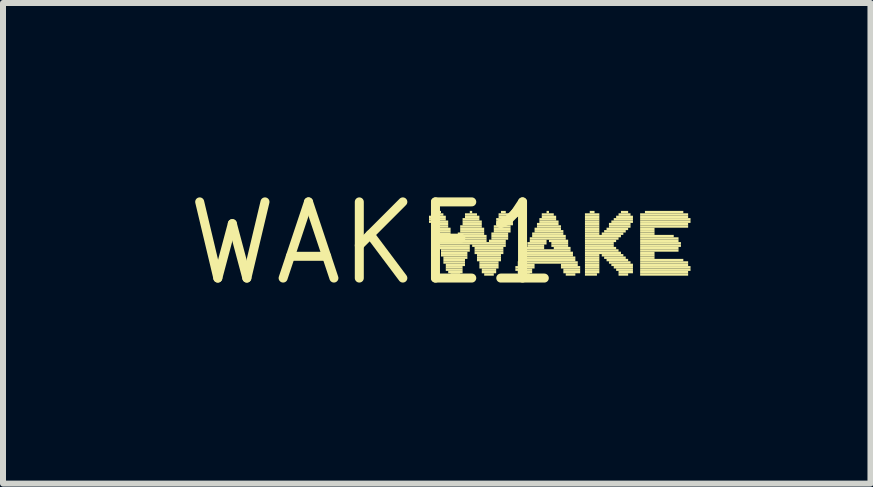
<source format=kicad_pcb>
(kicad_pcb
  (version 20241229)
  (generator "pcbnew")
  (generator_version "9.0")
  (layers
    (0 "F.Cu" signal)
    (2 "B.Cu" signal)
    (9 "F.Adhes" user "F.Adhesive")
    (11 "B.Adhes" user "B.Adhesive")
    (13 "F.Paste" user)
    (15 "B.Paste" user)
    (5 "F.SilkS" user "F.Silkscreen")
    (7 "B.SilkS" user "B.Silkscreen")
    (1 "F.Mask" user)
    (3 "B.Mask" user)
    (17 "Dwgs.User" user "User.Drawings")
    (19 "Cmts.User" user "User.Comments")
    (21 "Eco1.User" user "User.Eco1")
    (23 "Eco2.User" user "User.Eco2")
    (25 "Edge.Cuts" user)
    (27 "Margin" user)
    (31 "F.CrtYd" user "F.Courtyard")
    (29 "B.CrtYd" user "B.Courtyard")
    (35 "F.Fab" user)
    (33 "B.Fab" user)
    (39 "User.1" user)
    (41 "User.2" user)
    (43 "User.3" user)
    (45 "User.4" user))
  (footprint "WAKE1"
    (layer "F.Cu")
    (at 3.182 1.006)
    (property "Reference" "WAKE1" (at 0 0 0) (layer "F.SilkS") (effects (font (size 1.27 1.27) (thickness 0.15))))
    (attr through_hole)
    (fp_poly (pts (xy 0.92 -0.42) (xy 1.2 -0.42) (xy 1.2 -0.46) (xy 0.92 -0.46)) (stroke (width 0) (type solid)) (fill yes) (layer "F.SilkS"))
    (fp_poly (pts (xy 0.92 -0.38) (xy 1.2 -0.38) (xy 1.2 -0.42) (xy 0.92 -0.42)) (stroke (width 0) (type solid)) (fill yes) (layer "F.SilkS"))
    (fp_poly (pts (xy 0.92 -0.34) (xy 1.24 -0.34) (xy 1.24 -0.38) (xy 0.92 -0.38)) (stroke (width 0) (type solid)) (fill yes) (layer "F.SilkS"))
    (fp_poly (pts (xy 0.96 -0.46) (xy 1.16 -0.46) (xy 1.16 -0.5) (xy 0.96 -0.5)) (stroke (width 0) (type solid)) (fill yes) (layer "F.SilkS"))
    (fp_poly (pts (xy 0.96 -0.3) (xy 1.24 -0.3) (xy 1.24 -0.34) (xy 0.96 -0.34)) (stroke (width 0) (type solid)) (fill yes) (layer "F.SilkS"))
    (fp_poly (pts (xy 0.96 -0.26) (xy 1.24 -0.26) (xy 1.24 -0.3) (xy 0.96 -0.3)) (stroke (width 0) (type solid)) (fill yes) (layer "F.SilkS"))
    (fp_poly (pts (xy 1 -0.22) (xy 1.28 -0.22) (xy 1.28 -0.26) (xy 1 -0.26)) (stroke (width 0) (type solid)) (fill yes) (layer "F.SilkS"))
    (fp_poly (pts (xy 1 -0.18) (xy 1.28 -0.18) (xy 1.28 -0.22) (xy 1 -0.22)) (stroke (width 0) (type solid)) (fill yes) (layer "F.SilkS"))
    (fp_poly (pts (xy 1 -0.14) (xy 1.28 -0.14) (xy 1.28 -0.18) (xy 1 -0.18)) (stroke (width 0) (type solid)) (fill yes) (layer "F.SilkS"))
    (fp_poly (pts (xy 1.04 -0.5) (xy 1.12 -0.5) (xy 1.12 -0.54) (xy 1.04 -0.54)) (stroke (width 0) (type solid)) (fill yes) (layer "F.SilkS"))
    (fp_poly (pts (xy 1.04 -0.1) (xy 1.32 -0.1) (xy 1.32 -0.14) (xy 1.04 -0.14)) (stroke (width 0) (type solid)) (fill yes) (layer "F.SilkS"))
    (fp_poly (pts (xy 1.04 -0.06) (xy 1.32 -0.06) (xy 1.32 -0.1) (xy 1.04 -0.1)) (stroke (width 0) (type solid)) (fill yes) (layer "F.SilkS"))
    (fp_poly (pts (xy 1.04 -0.02) (xy 1.32 -0.02) (xy 1.32 -0.06) (xy 1.04 -0.06)) (stroke (width 0) (type solid)) (fill yes) (layer "F.SilkS"))
    (fp_poly (pts (xy 1.08 0.02) (xy 2.2 0.02) (xy 2.2 -0.02) (xy 1.08 -0.02)) (stroke (width 0) (type solid)) (fill yes) (layer "F.SilkS"))
    (fp_poly (pts (xy 1.08 0.06) (xy 1.6 0.06) (xy 1.6 0.02) (xy 1.08 0.02)) (stroke (width 0) (type solid)) (fill yes) (layer "F.SilkS"))
    (fp_poly (pts (xy 1.08 0.1) (xy 1.6 0.1) (xy 1.6 0.06) (xy 1.08 0.06)) (stroke (width 0) (type solid)) (fill yes) (layer "F.SilkS"))
    (fp_poly (pts (xy 1.12 0.14) (xy 1.6 0.14) (xy 1.6 0.1) (xy 1.12 0.1)) (stroke (width 0) (type solid)) (fill yes) (layer "F.SilkS"))
    (fp_poly (pts (xy 1.12 0.18) (xy 1.56 0.18) (xy 1.56 0.14) (xy 1.12 0.14)) (stroke (width 0) (type solid)) (fill yes) (layer "F.SilkS"))
    (fp_poly (pts (xy 1.12 0.22) (xy 1.56 0.22) (xy 1.56 0.18) (xy 1.12 0.18)) (stroke (width 0) (type solid)) (fill yes) (layer "F.SilkS"))
    (fp_poly (pts (xy 1.16 0.26) (xy 1.56 0.26) (xy 1.56 0.22) (xy 1.16 0.22)) (stroke (width 0) (type solid)) (fill yes) (layer "F.SilkS"))
    (fp_poly (pts (xy 1.16 0.3) (xy 1.52 0.3) (xy 1.52 0.26) (xy 1.16 0.26)) (stroke (width 0) (type solid)) (fill yes) (layer "F.SilkS"))
    (fp_poly (pts (xy 1.16 0.34) (xy 1.52 0.34) (xy 1.52 0.3) (xy 1.16 0.3)) (stroke (width 0) (type solid)) (fill yes) (layer "F.SilkS"))
    (fp_poly (pts (xy 1.2 0.38) (xy 1.52 0.38) (xy 1.52 0.34) (xy 1.2 0.34)) (stroke (width 0) (type solid)) (fill yes) (layer "F.SilkS"))
    (fp_poly (pts (xy 1.2 0.42) (xy 1.48 0.42) (xy 1.48 0.38) (xy 1.2 0.38)) (stroke (width 0) (type solid)) (fill yes) (layer "F.SilkS"))
    (fp_poly (pts (xy 1.2 0.46) (xy 1.48 0.46) (xy 1.48 0.42) (xy 1.2 0.42)) (stroke (width 0) (type solid)) (fill yes) (layer "F.SilkS"))
    (fp_poly (pts (xy 1.24 0.5) (xy 1.48 0.5) (xy 1.48 0.46) (xy 1.24 0.46)) (stroke (width 0) (type solid)) (fill yes) (layer "F.SilkS"))
    (fp_poly (pts (xy 1.28 0.54) (xy 1.44 0.54) (xy 1.44 0.5) (xy 1.28 0.5)) (stroke (width 0) (type solid)) (fill yes) (layer "F.SilkS"))
    (fp_poly (pts (xy 1.36 -0.02) (xy 1.88 -0.02) (xy 1.88 -0.06) (xy 1.36 -0.06)) (stroke (width 0) (type solid)) (fill yes) (layer "F.SilkS"))
    (fp_poly (pts (xy 1.4 -0.14) (xy 1.84 -0.14) (xy 1.84 -0.18) (xy 1.4 -0.18)) (stroke (width 0) (type solid)) (fill yes) (layer "F.SilkS"))
    (fp_poly (pts (xy 1.4 -0.1) (xy 1.88 -0.1) (xy 1.88 -0.14) (xy 1.4 -0.14)) (stroke (width 0) (type solid)) (fill yes) (layer "F.SilkS"))
    (fp_poly (pts (xy 1.4 -0.06) (xy 1.88 -0.06) (xy 1.88 -0.1) (xy 1.4 -0.1)) (stroke (width 0) (type solid)) (fill yes) (layer "F.SilkS"))
    (fp_poly (pts (xy 1.44 -0.26) (xy 1.8 -0.26) (xy 1.8 -0.3) (xy 1.44 -0.3)) (stroke (width 0) (type solid)) (fill yes) (layer "F.SilkS"))
    (fp_poly (pts (xy 1.44 -0.22) (xy 1.84 -0.22) (xy 1.84 -0.26) (xy 1.44 -0.26)) (stroke (width 0) (type solid)) (fill yes) (layer "F.SilkS"))
    (fp_poly (pts (xy 1.44 -0.18) (xy 1.84 -0.18) (xy 1.84 -0.22) (xy 1.44 -0.22)) (stroke (width 0) (type solid)) (fill yes) (layer "F.SilkS"))
    (fp_poly (pts (xy 1.48 -0.38) (xy 1.76 -0.38) (xy 1.76 -0.42) (xy 1.48 -0.42)) (stroke (width 0) (type solid)) (fill yes) (layer "F.SilkS"))
    (fp_poly (pts (xy 1.48 -0.34) (xy 1.8 -0.34) (xy 1.8 -0.38) (xy 1.48 -0.38)) (stroke (width 0) (type solid)) (fill yes) (layer "F.SilkS"))
    (fp_poly (pts (xy 1.48 -0.3) (xy 1.8 -0.3) (xy 1.8 -0.34) (xy 1.48 -0.34)) (stroke (width 0) (type solid)) (fill yes) (layer "F.SilkS"))
    (fp_poly (pts (xy 1.52 -0.46) (xy 1.72 -0.46) (xy 1.72 -0.5) (xy 1.52 -0.5)) (stroke (width 0) (type solid)) (fill yes) (layer "F.SilkS"))
    (fp_poly (pts (xy 1.52 -0.42) (xy 1.76 -0.42) (xy 1.76 -0.46) (xy 1.52 -0.46)) (stroke (width 0) (type solid)) (fill yes) (layer "F.SilkS"))
    (fp_poly (pts (xy 1.6 -0.5) (xy 1.64 -0.5) (xy 1.64 -0.54) (xy 1.6 -0.54)) (stroke (width 0) (type solid)) (fill yes) (layer "F.SilkS"))
    (fp_poly (pts (xy 1.64 0.06) (xy 2.2 0.06) (xy 2.2 0.02) (xy 1.64 0.02)) (stroke (width 0) (type solid)) (fill yes) (layer "F.SilkS"))
    (fp_poly (pts (xy 1.68 0.1) (xy 2.16 0.1) (xy 2.16 0.06) (xy 1.68 0.06)) (stroke (width 0) (type solid)) (fill yes) (layer "F.SilkS"))
    (fp_poly (pts (xy 1.68 0.14) (xy 2.16 0.14) (xy 2.16 0.1) (xy 1.68 0.1)) (stroke (width 0) (type solid)) (fill yes) (layer "F.SilkS"))
    (fp_poly (pts (xy 1.68 0.18) (xy 2.16 0.18) (xy 2.16 0.14) (xy 1.68 0.14)) (stroke (width 0) (type solid)) (fill yes) (layer "F.SilkS"))
    (fp_poly (pts (xy 1.72 0.22) (xy 2.12 0.22) (xy 2.12 0.18) (xy 1.72 0.18)) (stroke (width 0) (type solid)) (fill yes) (layer "F.SilkS"))
    (fp_poly (pts (xy 1.72 0.26) (xy 2.12 0.26) (xy 2.12 0.22) (xy 1.72 0.22)) (stroke (width 0) (type solid)) (fill yes) (layer "F.SilkS"))
    (fp_poly (pts (xy 1.72 0.3) (xy 2.12 0.3) (xy 2.12 0.26) (xy 1.72 0.26)) (stroke (width 0) (type solid)) (fill yes) (layer "F.SilkS"))
    (fp_poly (pts (xy 1.76 0.34) (xy 2.08 0.34) (xy 2.08 0.3) (xy 1.76 0.3)) (stroke (width 0) (type solid)) (fill yes) (layer "F.SilkS"))
    (fp_poly (pts (xy 1.76 0.38) (xy 2.08 0.38) (xy 2.08 0.34) (xy 1.76 0.34)) (stroke (width 0) (type solid)) (fill yes) (layer "F.SilkS"))
    (fp_poly (pts (xy 1.76 0.42) (xy 2.08 0.42) (xy 2.08 0.38) (xy 1.76 0.38)) (stroke (width 0) (type solid)) (fill yes) (layer "F.SilkS"))
    (fp_poly (pts (xy 1.8 0.46) (xy 2.04 0.46) (xy 2.04 0.42) (xy 1.8 0.42)) (stroke (width 0) (type solid)) (fill yes) (layer "F.SilkS"))
    (fp_poly (pts (xy 1.8 0.5) (xy 2.04 0.5) (xy 2.04 0.46) (xy 1.8 0.46)) (stroke (width 0) (type solid)) (fill yes) (layer "F.SilkS"))
    (fp_poly (pts (xy 1.84 0.54) (xy 2 0.54) (xy 2 0.5) (xy 1.84 0.5)) (stroke (width 0) (type solid)) (fill yes) (layer "F.SilkS"))
    (fp_poly (pts (xy 1.92 -0.02) (xy 2.2 -0.02) (xy 2.2 -0.06) (xy 1.92 -0.06)) (stroke (width 0) (type solid)) (fill yes) (layer "F.SilkS"))
    (fp_poly (pts (xy 1.96 -0.14) (xy 2.24 -0.14) (xy 2.24 -0.18) (xy 1.96 -0.18)) (stroke (width 0) (type solid)) (fill yes) (layer "F.SilkS"))
    (fp_poly (pts (xy 1.96 -0.1) (xy 2.24 -0.1) (xy 2.24 -0.14) (xy 1.96 -0.14)) (stroke (width 0) (type solid)) (fill yes) (layer "F.SilkS"))
    (fp_poly (pts (xy 1.96 -0.06) (xy 2.24 -0.06) (xy 2.24 -0.1) (xy 1.96 -0.1)) (stroke (width 0) (type solid)) (fill yes) (layer "F.SilkS"))
    (fp_poly (pts (xy 2 -0.26) (xy 2.28 -0.26) (xy 2.28 -0.3) (xy 2 -0.3)) (stroke (width 0) (type solid)) (fill yes) (layer "F.SilkS"))
    (fp_poly (pts (xy 2 -0.22) (xy 2.28 -0.22) (xy 2.28 -0.26) (xy 2 -0.26)) (stroke (width 0) (type solid)) (fill yes) (layer "F.SilkS"))
    (fp_poly (pts (xy 2 -0.18) (xy 2.28 -0.18) (xy 2.28 -0.22) (xy 2 -0.22)) (stroke (width 0) (type solid)) (fill yes) (layer "F.SilkS"))
    (fp_poly (pts (xy 2.04 -0.38) (xy 2.32 -0.38) (xy 2.32 -0.42) (xy 2.04 -0.42)) (stroke (width 0) (type solid)) (fill yes) (layer "F.SilkS"))
    (fp_poly (pts (xy 2.04 -0.34) (xy 2.32 -0.34) (xy 2.32 -0.38) (xy 2.04 -0.38)) (stroke (width 0) (type solid)) (fill yes) (layer "F.SilkS"))
    (fp_poly (pts (xy 2.04 -0.3) (xy 2.32 -0.3) (xy 2.32 -0.34) (xy 2.04 -0.34)) (stroke (width 0) (type solid)) (fill yes) (layer "F.SilkS"))
    (fp_poly (pts (xy 2.08 -0.46) (xy 2.32 -0.46) (xy 2.32 -0.5) (xy 2.08 -0.5)) (stroke (width 0) (type solid)) (fill yes) (layer "F.SilkS"))
    (fp_poly (pts (xy 2.08 -0.42) (xy 2.32 -0.42) (xy 2.32 -0.46) (xy 2.08 -0.46)) (stroke (width 0) (type solid)) (fill yes) (layer "F.SilkS"))
    (fp_poly (pts (xy 2.12 -0.5) (xy 2.2 -0.5) (xy 2.2 -0.54) (xy 2.12 -0.54)) (stroke (width 0) (type solid)) (fill yes) (layer "F.SilkS"))
    (fp_poly (pts (xy 2.36 0.42) (xy 2.68 0.42) (xy 2.68 0.38) (xy 2.36 0.38)) (stroke (width 0) (type solid)) (fill yes) (layer "F.SilkS"))
    (fp_poly (pts (xy 2.36 0.46) (xy 2.64 0.46) (xy 2.64 0.42) (xy 2.36 0.42)) (stroke (width 0) (type solid)) (fill yes) (layer "F.SilkS"))
    (fp_poly (pts (xy 2.4 0.34) (xy 3.4 0.34) (xy 3.4 0.3) (xy 2.4 0.3)) (stroke (width 0) (type solid)) (fill yes) (layer "F.SilkS"))
    (fp_poly (pts (xy 2.4 0.38) (xy 2.68 0.38) (xy 2.68 0.34) (xy 2.4 0.34)) (stroke (width 0) (type solid)) (fill yes) (layer "F.SilkS"))
    (fp_poly (pts (xy 2.4 0.5) (xy 2.64 0.5) (xy 2.64 0.46) (xy 2.4 0.46)) (stroke (width 0) (type solid)) (fill yes) (layer "F.SilkS"))
    (fp_poly (pts (xy 2.44 0.26) (xy 3.36 0.26) (xy 3.36 0.22) (xy 2.44 0.22)) (stroke (width 0) (type solid)) (fill yes) (layer "F.SilkS"))
    (fp_poly (pts (xy 2.44 0.3) (xy 3.36 0.3) (xy 3.36 0.26) (xy 2.44 0.26)) (stroke (width 0) (type solid)) (fill yes) (layer "F.SilkS"))
    (fp_poly (pts (xy 2.44 0.54) (xy 2.6 0.54) (xy 2.6 0.5) (xy 2.44 0.5)) (stroke (width 0) (type solid)) (fill yes) (layer "F.SilkS"))
    (fp_poly (pts (xy 2.48 0.18) (xy 3.32 0.18) (xy 3.32 0.14) (xy 2.48 0.14)) (stroke (width 0) (type solid)) (fill yes) (layer "F.SilkS"))
    (fp_poly (pts (xy 2.48 0.22) (xy 3.32 0.22) (xy 3.32 0.18) (xy 2.48 0.18)) (stroke (width 0) (type solid)) (fill yes) (layer "F.SilkS"))
    (fp_poly (pts (xy 2.52 0.1) (xy 2.84 0.1) (xy 2.84 0.06) (xy 2.52 0.06)) (stroke (width 0) (type solid)) (fill yes) (layer "F.SilkS"))
    (fp_poly (pts (xy 2.52 0.14) (xy 3.28 0.14) (xy 3.28 0.1) (xy 2.52 0.1)) (stroke (width 0) (type solid)) (fill yes) (layer "F.SilkS"))
    (fp_poly (pts (xy 2.56 0.02) (xy 2.88 0.02) (xy 2.88 -0.02) (xy 2.56 -0.02)) (stroke (width 0) (type solid)) (fill yes) (layer "F.SilkS"))
    (fp_poly (pts (xy 2.56 0.06) (xy 2.84 0.06) (xy 2.84 0.02) (xy 2.56 0.02)) (stroke (width 0) (type solid)) (fill yes) (layer "F.SilkS"))
    (fp_poly (pts (xy 2.6 -0.06) (xy 3.2 -0.06) (xy 3.2 -0.1) (xy 2.6 -0.1)) (stroke (width 0) (type solid)) (fill yes) (layer "F.SilkS"))
    (fp_poly (pts (xy 2.6 -0.02) (xy 2.88 -0.02) (xy 2.88 -0.06) (xy 2.6 -0.06)) (stroke (width 0) (type solid)) (fill yes) (layer "F.SilkS"))
    (fp_poly (pts (xy 2.64 -0.14) (xy 3.16 -0.14) (xy 3.16 -0.18) (xy 2.64 -0.18)) (stroke (width 0) (type solid)) (fill yes) (layer "F.SilkS"))
    (fp_poly (pts (xy 2.64 -0.1) (xy 3.2 -0.1) (xy 3.2 -0.14) (xy 2.64 -0.14)) (stroke (width 0) (type solid)) (fill yes) (layer "F.SilkS"))
    (fp_poly (pts (xy 2.68 -0.22) (xy 3.12 -0.22) (xy 3.12 -0.26) (xy 2.68 -0.26)) (stroke (width 0) (type solid)) (fill yes) (layer "F.SilkS"))
    (fp_poly (pts (xy 2.68 -0.18) (xy 3.16 -0.18) (xy 3.16 -0.22) (xy 2.68 -0.22)) (stroke (width 0) (type solid)) (fill yes) (layer "F.SilkS"))
    (fp_poly (pts (xy 2.72 -0.3) (xy 3.08 -0.3) (xy 3.08 -0.34) (xy 2.72 -0.34)) (stroke (width 0) (type solid)) (fill yes) (layer "F.SilkS"))
    (fp_poly (pts (xy 2.72 -0.26) (xy 3.12 -0.26) (xy 3.12 -0.3) (xy 2.72 -0.3)) (stroke (width 0) (type solid)) (fill yes) (layer "F.SilkS"))
    (fp_poly (pts (xy 2.76 -0.38) (xy 3.04 -0.38) (xy 3.04 -0.42) (xy 2.76 -0.42)) (stroke (width 0) (type solid)) (fill yes) (layer "F.SilkS"))
    (fp_poly (pts (xy 2.76 -0.34) (xy 3.08 -0.34) (xy 3.08 -0.38) (xy 2.76 -0.38)) (stroke (width 0) (type solid)) (fill yes) (layer "F.SilkS"))
    (fp_poly (pts (xy 2.8 -0.46) (xy 3 -0.46) (xy 3 -0.5) (xy 2.8 -0.5)) (stroke (width 0) (type solid)) (fill yes) (layer "F.SilkS"))
    (fp_poly (pts (xy 2.8 -0.42) (xy 3.04 -0.42) (xy 3.04 -0.46) (xy 2.8 -0.46)) (stroke (width 0) (type solid)) (fill yes) (layer "F.SilkS"))
    (fp_poly (pts (xy 2.88 -0.5) (xy 2.92 -0.5) (xy 2.92 -0.54) (xy 2.88 -0.54)) (stroke (width 0) (type solid)) (fill yes) (layer "F.SilkS"))
    (fp_poly (pts (xy 2.92 -0.02) (xy 3.24 -0.02) (xy 3.24 -0.06) (xy 2.92 -0.06)) (stroke (width 0) (type solid)) (fill yes) (layer "F.SilkS"))
    (fp_poly (pts (xy 2.96 0.02) (xy 3.24 0.02) (xy 3.24 -0.02) (xy 2.96 -0.02)) (stroke (width 0) (type solid)) (fill yes) (layer "F.SilkS"))
    (fp_poly (pts (xy 2.96 0.06) (xy 3.24 0.06) (xy 3.24 0.02) (xy 2.96 0.02)) (stroke (width 0) (type solid)) (fill yes) (layer "F.SilkS"))
    (fp_poly (pts (xy 3 0.1) (xy 3.28 0.1) (xy 3.28 0.06) (xy 3 0.06)) (stroke (width 0) (type solid)) (fill yes) (layer "F.SilkS"))
    (fp_poly (pts (xy 3.12 0.38) (xy 3.4 0.38) (xy 3.4 0.34) (xy 3.12 0.34)) (stroke (width 0) (type solid)) (fill yes) (layer "F.SilkS"))
    (fp_poly (pts (xy 3.12 0.42) (xy 3.44 0.42) (xy 3.44 0.38) (xy 3.12 0.38)) (stroke (width 0) (type solid)) (fill yes) (layer "F.SilkS"))
    (fp_poly (pts (xy 3.16 0.46) (xy 3.44 0.46) (xy 3.44 0.42) (xy 3.16 0.42)) (stroke (width 0) (type solid)) (fill yes) (layer "F.SilkS"))
    (fp_poly (pts (xy 3.16 0.5) (xy 3.44 0.5) (xy 3.44 0.46) (xy 3.16 0.46)) (stroke (width 0) (type solid)) (fill yes) (layer "F.SilkS"))
    (fp_poly (pts (xy 3.2 0.54) (xy 3.36 0.54) (xy 3.36 0.5) (xy 3.2 0.5)) (stroke (width 0) (type solid)) (fill yes) (layer "F.SilkS"))
    (fp_poly (pts (xy 3.52 -0.46) (xy 3.76 -0.46) (xy 3.76 -0.5) (xy 3.52 -0.5)) (stroke (width 0) (type solid)) (fill yes) (layer "F.SilkS"))
    (fp_poly (pts (xy 3.52 -0.42) (xy 3.76 -0.42) (xy 3.76 -0.46) (xy 3.52 -0.46)) (stroke (width 0) (type solid)) (fill yes) (layer "F.SilkS"))
    (fp_poly (pts (xy 3.52 -0.38) (xy 3.76 -0.38) (xy 3.76 -0.42) (xy 3.52 -0.42)) (stroke (width 0) (type solid)) (fill yes) (layer "F.SilkS"))
    (fp_poly (pts (xy 3.52 -0.34) (xy 3.76 -0.34) (xy 3.76 -0.38) (xy 3.52 -0.38)) (stroke (width 0) (type solid)) (fill yes) (layer "F.SilkS"))
    (fp_poly (pts (xy 3.52 -0.3) (xy 3.76 -0.3) (xy 3.76 -0.34) (xy 3.52 -0.34)) (stroke (width 0) (type solid)) (fill yes) (layer "F.SilkS"))
    (fp_poly (pts (xy 3.52 -0.26) (xy 3.76 -0.26) (xy 3.76 -0.3) (xy 3.52 -0.3)) (stroke (width 0) (type solid)) (fill yes) (layer "F.SilkS"))
    (fp_poly (pts (xy 3.52 -0.22) (xy 3.76 -0.22) (xy 3.76 -0.26) (xy 3.52 -0.26)) (stroke (width 0) (type solid)) (fill yes) (layer "F.SilkS"))
    (fp_poly (pts (xy 3.52 -0.18) (xy 3.76 -0.18) (xy 3.76 -0.22) (xy 3.52 -0.22)) (stroke (width 0) (type solid)) (fill yes) (layer "F.SilkS"))
    (fp_poly (pts (xy 3.52 -0.14) (xy 3.76 -0.14) (xy 3.76 -0.18) (xy 3.52 -0.18)) (stroke (width 0) (type solid)) (fill yes) (layer "F.SilkS"))
    (fp_poly (pts (xy 3.52 -0.1) (xy 4.12 -0.1) (xy 4.12 -0.14) (xy 3.52 -0.14)) (stroke (width 0) (type solid)) (fill yes) (layer "F.SilkS"))
    (fp_poly (pts (xy 3.52 -0.06) (xy 4.08 -0.06) (xy 4.08 -0.1) (xy 3.52 -0.1)) (stroke (width 0) (type solid)) (fill yes) (layer "F.SilkS"))
    (fp_poly (pts (xy 3.52 -0.02) (xy 4.04 -0.02) (xy 4.04 -0.06) (xy 3.52 -0.06)) (stroke (width 0) (type solid)) (fill yes) (layer "F.SilkS"))
    (fp_poly (pts (xy 3.52 0.02) (xy 4 0.02) (xy 4 -0.02) (xy 3.52 -0.02)) (stroke (width 0) (type solid)) (fill yes) (layer "F.SilkS"))
    (fp_poly (pts (xy 3.52 0.06) (xy 4 0.06) (xy 4 0.02) (xy 3.52 0.02)) (stroke (width 0) (type solid)) (fill yes) (layer "F.SilkS"))
    (fp_poly (pts (xy 3.52 0.1) (xy 4.04 0.1) (xy 4.04 0.06) (xy 3.52 0.06)) (stroke (width 0) (type solid)) (fill yes) (layer "F.SilkS"))
    (fp_poly (pts (xy 3.52 0.14) (xy 4.08 0.14) (xy 4.08 0.1) (xy 3.52 0.1)) (stroke (width 0) (type solid)) (fill yes) (layer "F.SilkS"))
    (fp_poly (pts (xy 3.52 0.18) (xy 4.12 0.18) (xy 4.12 0.14) (xy 3.52 0.14)) (stroke (width 0) (type solid)) (fill yes) (layer "F.SilkS"))
    (fp_poly (pts (xy 3.52 0.22) (xy 3.76 0.22) (xy 3.76 0.18) (xy 3.52 0.18)) (stroke (width 0) (type solid)) (fill yes) (layer "F.SilkS"))
    (fp_poly (pts (xy 3.52 0.26) (xy 3.76 0.26) (xy 3.76 0.22) (xy 3.52 0.22)) (stroke (width 0) (type solid)) (fill yes) (layer "F.SilkS"))
    (fp_poly (pts (xy 3.52 0.3) (xy 3.76 0.3) (xy 3.76 0.26) (xy 3.52 0.26)) (stroke (width 0) (type solid)) (fill yes) (layer "F.SilkS"))
    (fp_poly (pts (xy 3.52 0.34) (xy 3.76 0.34) (xy 3.76 0.3) (xy 3.52 0.3)) (stroke (width 0) (type solid)) (fill yes) (layer "F.SilkS"))
    (fp_poly (pts (xy 3.52 0.38) (xy 3.76 0.38) (xy 3.76 0.34) (xy 3.52 0.34)) (stroke (width 0) (type solid)) (fill yes) (layer "F.SilkS"))
    (fp_poly (pts (xy 3.52 0.42) (xy 3.76 0.42) (xy 3.76 0.38) (xy 3.52 0.38)) (stroke (width 0) (type solid)) (fill yes) (layer "F.SilkS"))
    (fp_poly (pts (xy 3.52 0.46) (xy 3.76 0.46) (xy 3.76 0.42) (xy 3.52 0.42)) (stroke (width 0) (type solid)) (fill yes) (layer "F.SilkS"))
    (fp_poly (pts (xy 3.52 0.5) (xy 3.76 0.5) (xy 3.76 0.46) (xy 3.52 0.46)) (stroke (width 0) (type solid)) (fill yes) (layer "F.SilkS"))
    (fp_poly (pts (xy 3.52 0.54) (xy 3.72 0.54) (xy 3.72 0.5) (xy 3.52 0.5)) (stroke (width 0) (type solid)) (fill yes) (layer "F.SilkS"))
    (fp_poly (pts (xy 3.6 -0.5) (xy 3.68 -0.5) (xy 3.68 -0.54) (xy 3.6 -0.54)) (stroke (width 0) (type solid)) (fill yes) (layer "F.SilkS"))
    (fp_poly (pts (xy 3.8 -0.14) (xy 4.16 -0.14) (xy 4.16 -0.18) (xy 3.8 -0.18)) (stroke (width 0) (type solid)) (fill yes) (layer "F.SilkS"))
    (fp_poly (pts (xy 3.8 0.22) (xy 4.16 0.22) (xy 4.16 0.18) (xy 3.8 0.18)) (stroke (width 0) (type solid)) (fill yes) (layer "F.SilkS"))
    (fp_poly (pts (xy 3.84 -0.18) (xy 4.2 -0.18) (xy 4.2 -0.22) (xy 3.84 -0.22)) (stroke (width 0) (type solid)) (fill yes) (layer "F.SilkS"))
    (fp_poly (pts (xy 3.84 0.26) (xy 4.2 0.26) (xy 4.2 0.22) (xy 3.84 0.22)) (stroke (width 0) (type solid)) (fill yes) (layer "F.SilkS"))
    (fp_poly (pts (xy 3.88 -0.22) (xy 4.24 -0.22) (xy 4.24 -0.26) (xy 3.88 -0.26)) (stroke (width 0) (type solid)) (fill yes) (layer "F.SilkS"))
    (fp_poly (pts (xy 3.88 0.3) (xy 4.24 0.3) (xy 4.24 0.26) (xy 3.88 0.26)) (stroke (width 0) (type solid)) (fill yes) (layer "F.SilkS"))
    (fp_poly (pts (xy 3.92 -0.3) (xy 4.28 -0.3) (xy 4.28 -0.34) (xy 3.92 -0.34)) (stroke (width 0) (type solid)) (fill yes) (layer "F.SilkS"))
    (fp_poly (pts (xy 3.92 -0.26) (xy 4.28 -0.26) (xy 4.28 -0.3) (xy 3.92 -0.3)) (stroke (width 0) (type solid)) (fill yes) (layer "F.SilkS"))
    (fp_poly (pts (xy 3.92 0.34) (xy 4.28 0.34) (xy 4.28 0.3) (xy 3.92 0.3)) (stroke (width 0) (type solid)) (fill yes) (layer "F.SilkS"))
    (fp_poly (pts (xy 3.96 -0.34) (xy 4.32 -0.34) (xy 4.32 -0.38) (xy 3.96 -0.38)) (stroke (width 0) (type solid)) (fill yes) (layer "F.SilkS"))
    (fp_poly (pts (xy 3.96 0.38) (xy 4.32 0.38) (xy 4.32 0.34) (xy 3.96 0.34)) (stroke (width 0) (type solid)) (fill yes) (layer "F.SilkS"))
    (fp_poly (pts (xy 4 -0.38) (xy 4.32 -0.38) (xy 4.32 -0.42) (xy 4 -0.42)) (stroke (width 0) (type solid)) (fill yes) (layer "F.SilkS"))
    (fp_poly (pts (xy 4 0.42) (xy 4.32 0.42) (xy 4.32 0.38) (xy 4 0.38)) (stroke (width 0) (type solid)) (fill yes) (layer "F.SilkS"))
    (fp_poly (pts (xy 4.04 -0.42) (xy 4.32 -0.42) (xy 4.32 -0.46) (xy 4.04 -0.46)) (stroke (width 0) (type solid)) (fill yes) (layer "F.SilkS"))
    (fp_poly (pts (xy 4.04 0.46) (xy 4.32 0.46) (xy 4.32 0.42) (xy 4.04 0.42)) (stroke (width 0) (type solid)) (fill yes) (layer "F.SilkS"))
    (fp_poly (pts (xy 4.08 -0.46) (xy 4.28 -0.46) (xy 4.28 -0.5) (xy 4.08 -0.5)) (stroke (width 0) (type solid)) (fill yes) (layer "F.SilkS"))
    (fp_poly (pts (xy 4.08 0.5) (xy 4.32 0.5) (xy 4.32 0.46) (xy 4.08 0.46)) (stroke (width 0) (type solid)) (fill yes) (layer "F.SilkS"))
    (fp_poly (pts (xy 4.08 0.54) (xy 4.24 0.54) (xy 4.24 0.5) (xy 4.08 0.5)) (stroke (width 0) (type solid)) (fill yes) (layer "F.SilkS"))
    (fp_poly (pts (xy 4.12 -0.5) (xy 4.24 -0.5) (xy 4.24 -0.54) (xy 4.12 -0.54)) (stroke (width 0) (type solid)) (fill yes) (layer "F.SilkS"))
    (fp_poly (pts (xy 4.44 -0.46) (xy 5.24 -0.46) (xy 5.24 -0.5) (xy 4.44 -0.5)) (stroke (width 0) (type solid)) (fill yes) (layer "F.SilkS"))
    (fp_poly (pts (xy 4.44 -0.42) (xy 5.24 -0.42) (xy 5.24 -0.46) (xy 4.44 -0.46)) (stroke (width 0) (type solid)) (fill yes) (layer "F.SilkS"))
    (fp_poly (pts (xy 4.44 -0.38) (xy 5.28 -0.38) (xy 5.28 -0.42) (xy 4.44 -0.42)) (stroke (width 0) (type solid)) (fill yes) (layer "F.SilkS"))
    (fp_poly (pts (xy 4.44 -0.34) (xy 5.28 -0.34) (xy 5.28 -0.38) (xy 4.44 -0.38)) (stroke (width 0) (type solid)) (fill yes) (layer "F.SilkS"))
    (fp_poly (pts (xy 4.44 -0.3) (xy 5.24 -0.3) (xy 5.24 -0.34) (xy 4.44 -0.34)) (stroke (width 0) (type solid)) (fill yes) (layer "F.SilkS"))
    (fp_poly (pts (xy 4.44 -0.26) (xy 5.24 -0.26) (xy 5.24 -0.3) (xy 4.44 -0.3)) (stroke (width 0) (type solid)) (fill yes) (layer "F.SilkS"))
    (fp_poly (pts (xy 4.44 -0.22) (xy 4.68 -0.22) (xy 4.68 -0.26) (xy 4.44 -0.26)) (stroke (width 0) (type solid)) (fill yes) (layer "F.SilkS"))
    (fp_poly (pts (xy 4.44 -0.18) (xy 4.68 -0.18) (xy 4.68 -0.22) (xy 4.44 -0.22)) (stroke (width 0) (type solid)) (fill yes) (layer "F.SilkS"))
    (fp_poly (pts (xy 4.44 -0.14) (xy 4.68 -0.14) (xy 4.68 -0.18) (xy 4.44 -0.18)) (stroke (width 0) (type solid)) (fill yes) (layer "F.SilkS"))
    (fp_poly (pts (xy 4.44 -0.1) (xy 5 -0.1) (xy 5 -0.14) (xy 4.44 -0.14)) (stroke (width 0) (type solid)) (fill yes) (layer "F.SilkS"))
    (fp_poly (pts (xy 4.44 -0.06) (xy 5.08 -0.06) (xy 5.08 -0.1) (xy 4.44 -0.1)) (stroke (width 0) (type solid)) (fill yes) (layer "F.SilkS"))
    (fp_poly (pts (xy 4.44 -0.02) (xy 5.08 -0.02) (xy 5.08 -0.06) (xy 4.44 -0.06)) (stroke (width 0) (type solid)) (fill yes) (layer "F.SilkS"))
    (fp_poly (pts (xy 4.44 0.02) (xy 5.12 0.02) (xy 5.12 -0.02) (xy 4.44 -0.02)) (stroke (width 0) (type solid)) (fill yes) (layer "F.SilkS"))
    (fp_poly (pts (xy 4.44 0.06) (xy 5.12 0.06) (xy 5.12 0.02) (xy 4.44 0.02)) (stroke (width 0) (type solid)) (fill yes) (layer "F.SilkS"))
    (fp_poly (pts (xy 4.44 0.1) (xy 5.08 0.1) (xy 5.08 0.06) (xy 4.44 0.06)) (stroke (width 0) (type solid)) (fill yes) (layer "F.SilkS"))
    (fp_poly (pts (xy 4.44 0.14) (xy 5.08 0.14) (xy 5.08 0.1) (xy 4.44 0.1)) (stroke (width 0) (type solid)) (fill yes) (layer "F.SilkS"))
    (fp_poly (pts (xy 4.44 0.18) (xy 4.68 0.18) (xy 4.68 0.14) (xy 4.44 0.14)) (stroke (width 0) (type solid)) (fill yes) (layer "F.SilkS"))
    (fp_poly (pts (xy 4.44 0.22) (xy 4.68 0.22) (xy 4.68 0.18) (xy 4.44 0.18)) (stroke (width 0) (type solid)) (fill yes) (layer "F.SilkS"))
    (fp_poly (pts (xy 4.44 0.26) (xy 4.68 0.26) (xy 4.68 0.22) (xy 4.44 0.22)) (stroke (width 0) (type solid)) (fill yes) (layer "F.SilkS"))
    (fp_poly (pts (xy 4.44 0.3) (xy 5.16 0.3) (xy 5.16 0.26) (xy 4.44 0.26)) (stroke (width 0) (type solid)) (fill yes) (layer "F.SilkS"))
    (fp_poly (pts (xy 4.44 0.34) (xy 5.24 0.34) (xy 5.24 0.3) (xy 4.44 0.3)) (stroke (width 0) (type solid)) (fill yes) (layer "F.SilkS"))
    (fp_poly (pts (xy 4.44 0.38) (xy 5.24 0.38) (xy 5.24 0.34) (xy 4.44 0.34)) (stroke (width 0) (type solid)) (fill yes) (layer "F.SilkS"))
    (fp_poly (pts (xy 4.44 0.42) (xy 5.28 0.42) (xy 5.28 0.38) (xy 4.44 0.38)) (stroke (width 0) (type solid)) (fill yes) (layer "F.SilkS"))
    (fp_poly (pts (xy 4.44 0.46) (xy 5.28 0.46) (xy 5.28 0.42) (xy 4.44 0.42)) (stroke (width 0) (type solid)) (fill yes) (layer "F.SilkS"))
    (fp_poly (pts (xy 4.44 0.5) (xy 5.24 0.5) (xy 5.24 0.46) (xy 4.44 0.46)) (stroke (width 0) (type solid)) (fill yes) (layer "F.SilkS"))
    (fp_poly (pts (xy 4.44 0.54) (xy 5.24 0.54) (xy 5.24 0.5) (xy 4.44 0.5)) (stroke (width 0) (type solid)) (fill yes) (layer "F.SilkS"))
    (fp_poly (pts (xy 4.52 -0.5) (xy 5.16 -0.5) (xy 5.16 -0.54) (xy 4.52 -0.54)) (stroke (width 0) (type solid)) (fill yes) (layer "F.SilkS")))
  (gr_rect
    (start -3 -3)
    (end 11.462 5.012)
    (stroke (width 0.1) (type default))
    (fill no)
    (layer "Edge.Cuts")))
</source>
